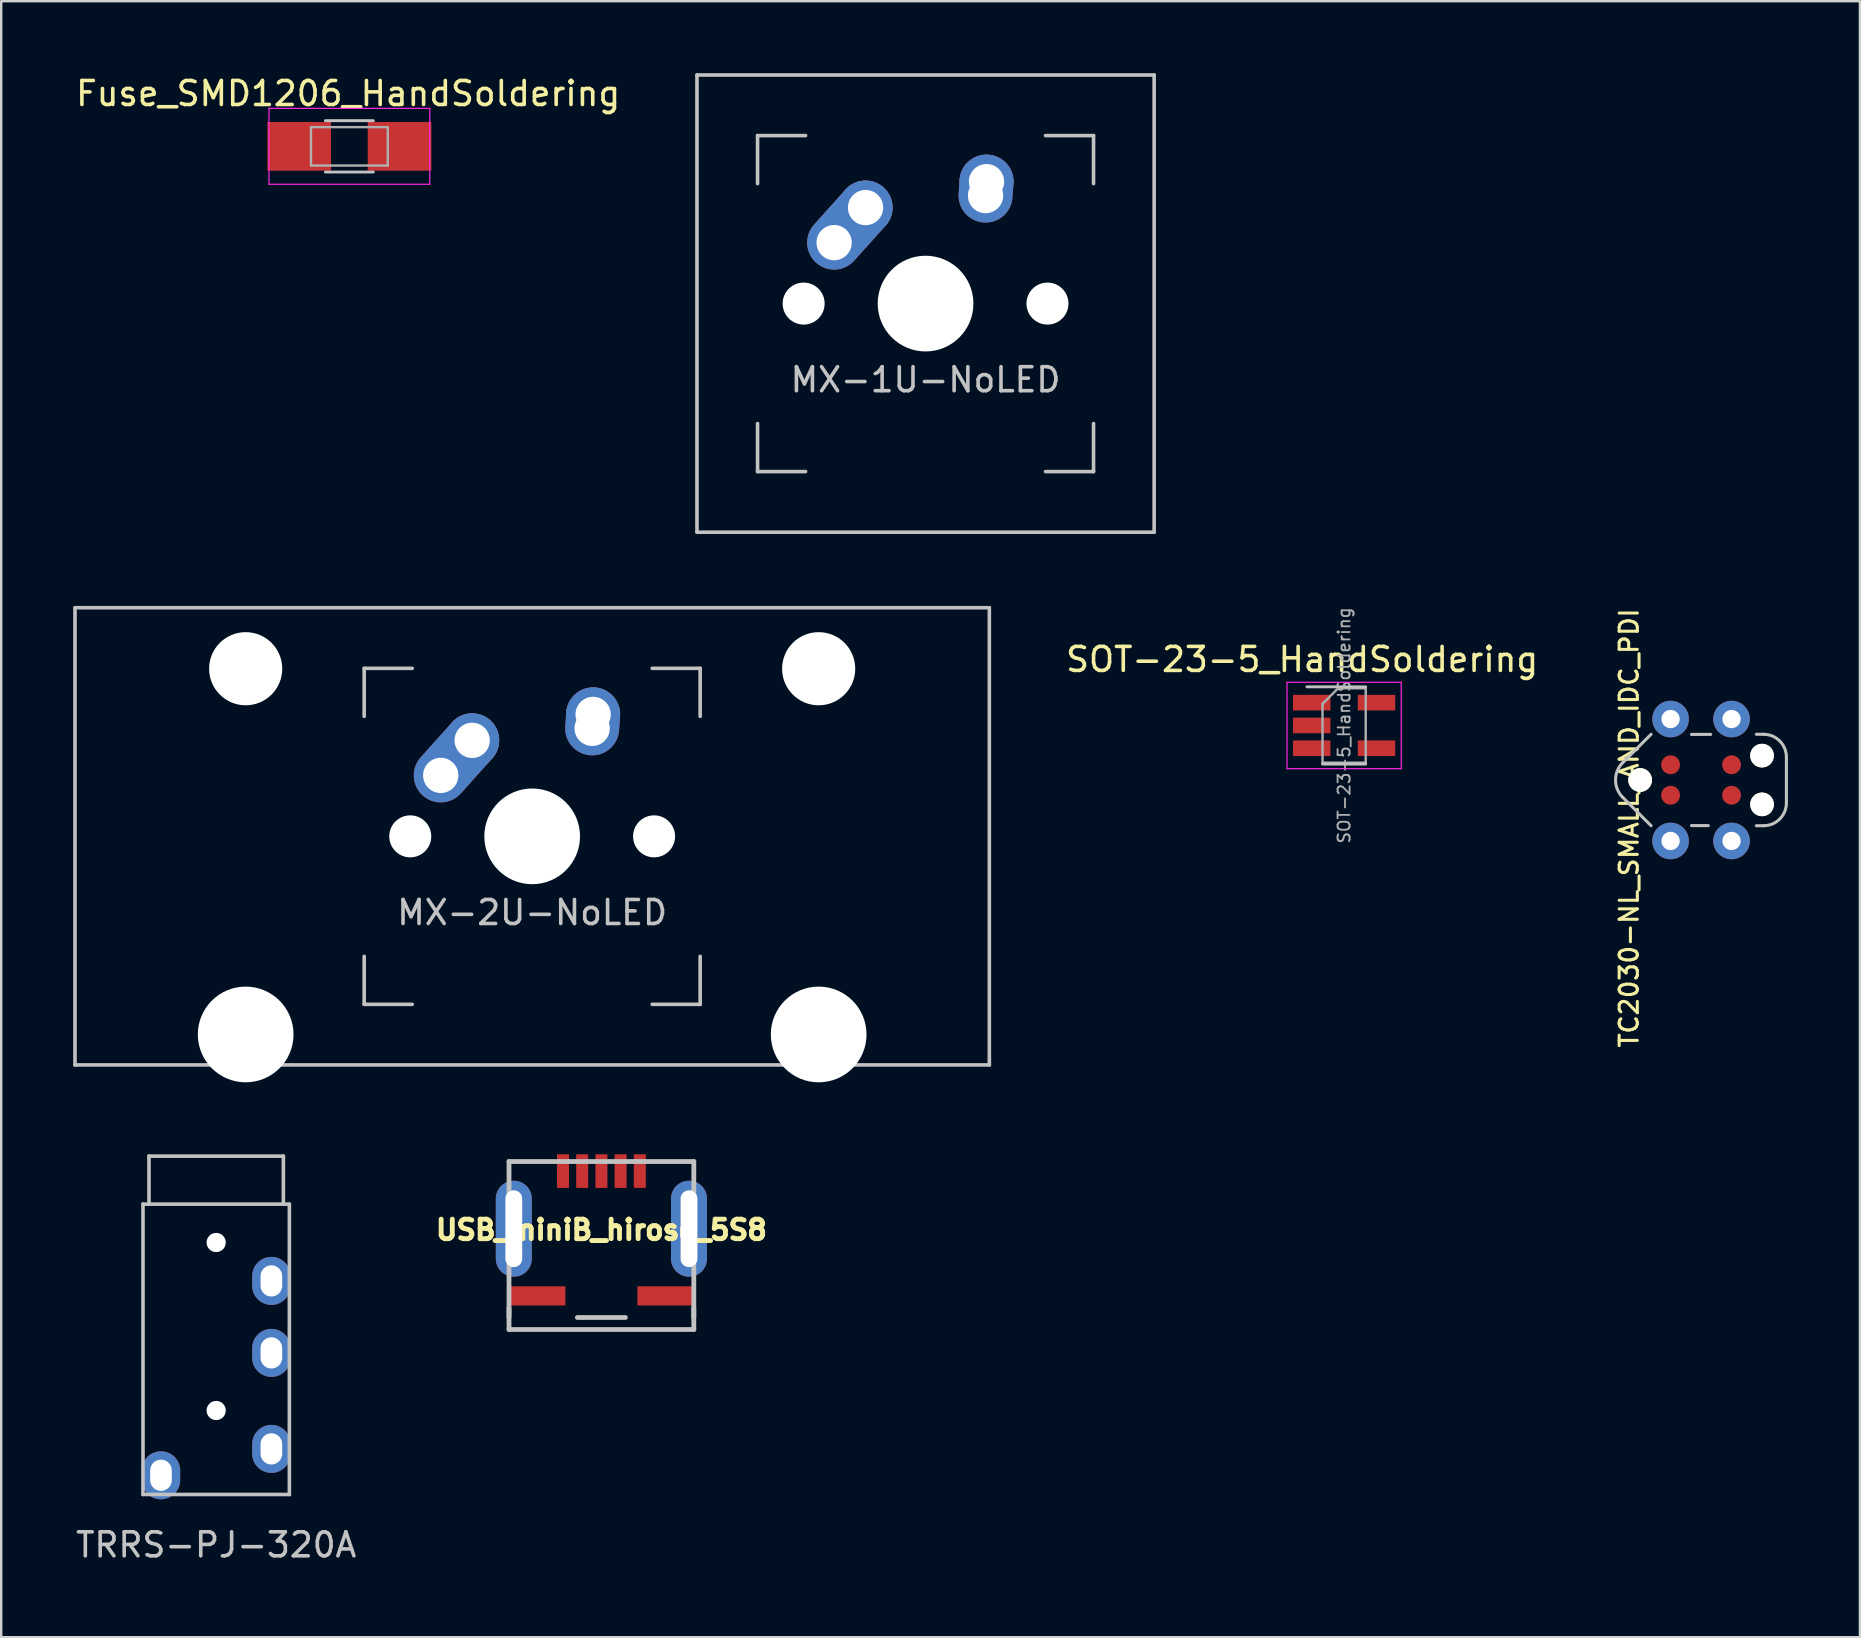
<source format=kicad_pcb>
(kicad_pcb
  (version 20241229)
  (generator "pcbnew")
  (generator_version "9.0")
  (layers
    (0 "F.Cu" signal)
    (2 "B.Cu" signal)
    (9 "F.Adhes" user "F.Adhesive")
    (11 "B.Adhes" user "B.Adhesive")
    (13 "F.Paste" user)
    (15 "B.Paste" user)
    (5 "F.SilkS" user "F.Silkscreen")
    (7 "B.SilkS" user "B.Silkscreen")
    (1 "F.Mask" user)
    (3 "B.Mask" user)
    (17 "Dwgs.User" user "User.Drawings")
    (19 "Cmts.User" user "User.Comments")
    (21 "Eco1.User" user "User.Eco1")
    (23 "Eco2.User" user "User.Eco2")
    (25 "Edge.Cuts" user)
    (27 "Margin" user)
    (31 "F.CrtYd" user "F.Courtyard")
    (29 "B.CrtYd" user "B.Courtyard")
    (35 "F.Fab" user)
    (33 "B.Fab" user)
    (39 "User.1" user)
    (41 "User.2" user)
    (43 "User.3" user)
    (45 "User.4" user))
  (footprint "USB_miniB_hirose_5S8"
    (layer "F.Cu")
    (at 22.01 45.749)
    (property "Reference" "USB_miniB_hirose_5S8" (at 0 2.45 0) (layer "F.SilkS") (effects (font (size 0.813 0.813) (thickness 0.203))))
    (attr through_hole)
    (fp_line (start -3.85 -0.4) (end -3.85 6.1) (stroke (width 0.2) (type solid)) (layer "Dwgs.User"))
    (fp_line (start -3.85 -0.4) (end 3.85 -0.4) (stroke (width 0.2) (type solid)) (layer "Dwgs.User"))
    (fp_line (start -3.85 6.6) (end -3.85 5.7) (stroke (width 0.2) (type solid)) (layer "Dwgs.User"))
    (fp_line (start -3.85 6.6) (end 3.85 6.6) (stroke (width 0.2) (type solid)) (layer "Dwgs.User"))
    (fp_line (start -1 6.1) (end 1 6.1) (stroke (width 0.2) (type solid)) (layer "Dwgs.User"))
    (fp_line (start 3.85 -0.4) (end 3.85 6.1) (stroke (width 0.2) (type solid)) (layer "Dwgs.User"))
    (fp_line (start 3.85 6.6) (end 3.85 5.7) (stroke (width 0.2) (type solid)) (layer "Dwgs.User"))
    (pad "1" smd rect (at -1.6 0) (size 0.5 1.4) (layers "F.Cu" "F.Mask" "F.Paste"))
    (pad "2" smd rect (at -0.8 0) (size 0.5 1.4) (layers "F.Cu" "F.Mask" "F.Paste"))
    (pad "3" smd rect (at 0 0) (size 0.5 1.4) (layers "F.Cu" "F.Mask" "F.Paste"))
    (pad "4" smd rect (at 0.8 0) (size 0.5 1.4) (layers "F.Cu" "F.Mask" "F.Paste"))
    (pad "5" smd rect (at 1.6 0) (size 0.5 1.4) (layers "F.Cu" "F.Mask" "F.Paste"))
    (pad "6" thru_hole oval (at -3.65 2.4) (size 1.5 4) (drill oval 0.7 3.2) (layers "*.Cu" "*.Mask" "F.Paste"))
    (pad "6" smd rect (at -2.675 5.2) (size 2.35 0.8) (layers "F.Cu" "F.Mask" "F.Paste"))
    (pad "6" smd rect (at 2.675 5.2) (size 2.35 0.8) (layers "F.Cu" "F.Mask" "F.Paste"))
    (pad "6" thru_hole oval (at 3.65 2.4) (size 1.5 4) (drill oval 0.7 3.2) (layers "*.Cu" "*.Mask" "F.Paste")))
  (footprint "MX-2U-NoLED"
    (layer "F.Cu")
    (at 19.125 31.8)
    (property "Reference" "MX-2U-NoLED" (at 0 3.175 0) (layer "Dwgs.User") (effects (font (size 1 1) (thickness 0.15))))
    (attr through_hole)
    (fp_line (start -19.05 -9.525) (end 19.05 -9.525) (stroke (width 0.15) (type solid)) (layer "Dwgs.User"))
    (fp_line (start -19.05 9.525) (end -19.05 -9.525) (stroke (width 0.15) (type solid)) (layer "Dwgs.User"))
    (fp_line (start -19.05 9.525) (end 19.05 9.525) (stroke (width 0.15) (type solid)) (layer "Dwgs.User"))
    (fp_line (start -7 -7) (end -7 -5) (stroke (width 0.15) (type solid)) (layer "Dwgs.User"))
    (fp_line (start -7 5) (end -7 7) (stroke (width 0.15) (type solid)) (layer "Dwgs.User"))
    (fp_line (start -7 7) (end -5 7) (stroke (width 0.15) (type solid)) (layer "Dwgs.User"))
    (fp_line (start -5 -7) (end -7 -7) (stroke (width 0.15) (type solid)) (layer "Dwgs.User"))
    (fp_line (start 5 -7) (end 7 -7) (stroke (width 0.15) (type solid)) (layer "Dwgs.User"))
    (fp_line (start 5 7) (end 7 7) (stroke (width 0.15) (type solid)) (layer "Dwgs.User"))
    (fp_line (start 7 -7) (end 7 -5) (stroke (width 0.15) (type solid)) (layer "Dwgs.User"))
    (fp_line (start 7 7) (end 7 5) (stroke (width 0.15) (type solid)) (layer "Dwgs.User"))
    (fp_line (start 19.05 -9.525) (end 19.05 9.525) (stroke (width 0.15) (type solid)) (layer "Dwgs.User"))
    (pad "" np_thru_hole circle (at -11.938 -6.985) (size 3.048 3.048) (drill 3.048) (layers "*.Cu" "*.Mask"))
    (pad "" np_thru_hole circle (at -11.938 8.255) (size 3.988 3.988) (drill 3.988) (layers "*.Cu" "*.Mask"))
    (pad "" np_thru_hole circle (at -5.08 0 48.1) (size 1.75 1.75) (drill 1.75) (layers "*.Cu" "*.Mask"))
    (pad "" np_thru_hole circle (at 0 0) (size 3.988 3.988) (drill 3.988) (layers "*.Cu" "*.Mask"))
    (pad "" np_thru_hole circle (at 5.08 0 48.1) (size 1.75 1.75) (drill 1.75) (layers "*.Cu" "*.Mask"))
    (pad "" np_thru_hole circle (at 11.938 -6.985) (size 3.048 3.048) (drill 3.048) (layers "*.Cu" "*.Mask"))
    (pad "" np_thru_hole circle (at 11.938 8.255) (size 3.988 3.988) (drill 3.988) (layers "*.Cu" "*.Mask"))
    (pad "1" thru_hole oval (at 2.5 -4.5 86.055) (size 2.831 2.25) (drill 1.47 (offset 0.291 0)) (layers "*.Cu" "B.Mask"))
    (pad "1" thru_hole circle (at 2.54 -5.08) (size 2.25 2.25) (drill 1.47) (layers "*.Cu" "B.Mask"))
    (pad "2" thru_hole oval (at -3.81 -2.54 48.1) (size 4.212 2.25) (drill 1.47 (offset 0.981 0)) (layers "*.Cu" "B.Mask"))
    (pad "2" thru_hole circle (at -2.5 -4) (size 2.25 2.25) (drill 1.47) (layers "*.Cu" "B.Mask")))
  (footprint "TRRS-PJ-320A"
    (layer "F.Cu")
    (at 5.958 47.124)
    (property "Reference" "TRRS-PJ-320A" (at 0 14.2 0) (layer "Dwgs.User") (effects (font (size 1 1) (thickness 0.15))))
    (attr through_hole)
    (fp_line (start -3.05 0) (end -3.05 12.1) (stroke (width 0.15) (type solid)) (layer "Dwgs.User"))
    (fp_line (start -2.8 0) (end -2.8 -2) (stroke (width 0.15) (type solid)) (layer "Dwgs.User"))
    (fp_line (start 2.8 -2) (end -2.8 -2) (stroke (width 0.15) (type solid)) (layer "Dwgs.User"))
    (fp_line (start 2.8 0) (end 2.8 -2) (stroke (width 0.15) (type solid)) (layer "Dwgs.User"))
    (fp_line (start 3.05 0) (end -3.05 0) (stroke (width 0.15) (type solid)) (layer "Dwgs.User"))
    (fp_line (start 3.05 0) (end 3.05 12.1) (stroke (width 0.15) (type solid)) (layer "Dwgs.User"))
    (fp_line (start 3.05 12.1) (end -3.05 12.1) (stroke (width 0.15) (type solid)) (layer "Dwgs.User"))
    (pad "" np_thru_hole circle (at 0 1.6) (size 0.8 0.8) (drill 0.8) (layers "*.Cu" "*.Mask"))
    (pad "" np_thru_hole circle (at 0 8.6) (size 0.8 0.8) (drill 0.8) (layers "*.Cu" "*.Mask"))
    (pad "1" thru_hole oval (at -2.3 11.3) (size 1.6 2) (drill oval 0.9 1.3) (layers "*.Cu" "*.Mask"))
    (pad "2" thru_hole oval (at 2.3 10.2) (size 1.6 2) (drill oval 0.9 1.3) (layers "*.Cu" "*.Mask"))
    (pad "3" thru_hole oval (at 2.3 6.2) (size 1.6 2) (drill oval 0.9 1.3) (layers "*.Cu" "*.Mask"))
    (pad "4" thru_hole oval (at 2.3 3.2) (size 1.6 2) (drill oval 0.9 1.3) (layers "*.Cu" "*.Mask")))
  (footprint "SOT-23-5_HandSoldering"
    (layer "F.Cu")
    (at 52.958 27.179)
    (property "Reference" "SOT-23-5_HandSoldering" (at -1.75 -2.75 0) (layer "F.SilkS") (effects (font (size 1 1) (thickness 0.15))))
    (attr smd)
    (fp_line (start -0.9 1.61) (end 0.9 1.61) (stroke (width 0.12) (type solid)) (layer "Dwgs.User"))
    (fp_line (start 0.9 -1.61) (end -1.55 -1.61) (stroke (width 0.12) (type solid)) (layer "Dwgs.User"))
    (fp_line (start -2.38 -1.8) (end -2.38 1.8) (stroke (width 0.05) (type solid)) (layer "F.CrtYd"))
    (fp_line (start -2.38 -1.8) (end 2.38 -1.8) (stroke (width 0.05) (type solid)) (layer "F.CrtYd"))
    (fp_line (start 2.38 1.8) (end -2.38 1.8) (stroke (width 0.05) (type solid)) (layer "F.CrtYd"))
    (fp_line (start 2.38 1.8) (end 2.38 -1.8) (stroke (width 0.05) (type solid)) (layer "F.CrtYd"))
    (fp_line (start -0.9 -0.9) (end -0.9 1.55) (stroke (width 0.1) (type solid)) (layer "F.Fab"))
    (fp_line (start -0.9 -0.9) (end -0.25 -1.55) (stroke (width 0.1) (type solid)) (layer "F.Fab"))
    (fp_line (start 0.9 -1.55) (end -0.25 -1.55) (stroke (width 0.1) (type solid)) (layer "F.Fab"))
    (fp_line (start 0.9 -1.55) (end 0.9 1.55) (stroke (width 0.1) (type solid)) (layer "F.Fab"))
    (fp_line (start 0.9 1.55) (end -0.9 1.55) (stroke (width 0.1) (type solid)) (layer "F.Fab"))
    (fp_text user "${REFERENCE}" (at 0 0 90) (layer "F.Fab") (effects (font (size 0.5 0.5) (thickness 0.075))))
    (pad "1" smd rect (at -1.35 -0.95) (size 1.56 0.65) (layers "F.Cu" "F.Mask" "F.Paste"))
    (pad "2" smd rect (at -1.35 0) (size 1.56 0.65) (layers "F.Cu" "F.Mask" "F.Paste"))
    (pad "3" smd rect (at -1.35 0.95) (size 1.56 0.65) (layers "F.Cu" "F.Mask" "F.Paste"))
    (pad "4" smd rect (at 1.35 0.95) (size 1.56 0.65) (layers "F.Cu" "F.Mask" "F.Paste"))
    (pad "5" smd rect (at 1.35 -0.95) (size 1.56 0.65) (layers "F.Cu" "F.Mask" "F.Paste")))
  (footprint "MX-1U-NoLED"
    (layer "F.Cu")
    (at 35.517 9.6)
    (property "Reference" "MX-1U-NoLED" (at 0 3.175 0) (layer "Dwgs.User") (effects (font (size 1 1) (thickness 0.15))))
    (attr through_hole)
    (fp_line (start -9.525 -9.525) (end 9.525 -9.525) (stroke (width 0.15) (type solid)) (layer "Dwgs.User"))
    (fp_line (start -9.525 9.525) (end -9.525 -9.525) (stroke (width 0.15) (type solid)) (layer "Dwgs.User"))
    (fp_line (start -7 -7) (end -7 -5) (stroke (width 0.15) (type solid)) (layer "Dwgs.User"))
    (fp_line (start -7 5) (end -7 7) (stroke (width 0.15) (type solid)) (layer "Dwgs.User"))
    (fp_line (start -7 7) (end -5 7) (stroke (width 0.15) (type solid)) (layer "Dwgs.User"))
    (fp_line (start -5 -7) (end -7 -7) (stroke (width 0.15) (type solid)) (layer "Dwgs.User"))
    (fp_line (start 5 -7) (end 7 -7) (stroke (width 0.15) (type solid)) (layer "Dwgs.User"))
    (fp_line (start 5 7) (end 7 7) (stroke (width 0.15) (type solid)) (layer "Dwgs.User"))
    (fp_line (start 7 -7) (end 7 -5) (stroke (width 0.15) (type solid)) (layer "Dwgs.User"))
    (fp_line (start 7 7) (end 7 5) (stroke (width 0.15) (type solid)) (layer "Dwgs.User"))
    (fp_line (start 9.525 -9.525) (end 9.525 9.525) (stroke (width 0.15) (type solid)) (layer "Dwgs.User"))
    (fp_line (start 9.525 9.525) (end -9.525 9.525) (stroke (width 0.15) (type solid)) (layer "Dwgs.User"))
    (pad "" np_thru_hole circle (at -5.08 0 48.1) (size 1.75 1.75) (drill 1.75) (layers "*.Cu" "*.Mask"))
    (pad "" np_thru_hole circle (at 0 0) (size 3.988 3.988) (drill 3.988) (layers "*.Cu" "*.Mask"))
    (pad "" np_thru_hole circle (at 5.08 0 48.1) (size 1.75 1.75) (drill 1.75) (layers "*.Cu" "*.Mask"))
    (pad "1" thru_hole oval (at -3.81 -2.54 48.1) (size 4.212 2.25) (drill 1.47 (offset 0.981 0)) (layers "*.Cu" "B.Mask"))
    (pad "1" thru_hole circle (at -2.5 -4) (size 2.25 2.25) (drill 1.47) (layers "*.Cu" "B.Mask"))
    (pad "2" thru_hole oval (at 2.5 -4.5 86.055) (size 2.831 2.25) (drill 1.47 (offset 0.291 0)) (layers "*.Cu" "B.Mask"))
    (pad "2" thru_hole circle (at 2.54 -5.08) (size 2.25 2.25) (drill 1.47) (layers "*.Cu" "B.Mask")))
  (footprint "TC2030-NL_SMALL_AND_IDC_PDI"
    (layer "F.Cu")
    (at 67.832 29.452)
    (property "Reference" "TC2030-NL_SMALL_AND_IDC_PDI" (at -3 2 270) (layer "F.SilkS") (effects (font (size 0.757 0.757) (thickness 0.127))))
    (attr exclude_from_pos_files exclude_from_bom)
    (fp_line (start -3.264 -0.724) (end -2.083 -1.905) (stroke (width 0.127) (type solid)) (layer "Dwgs.User"))
    (fp_line (start -3.264 0.724) (end -2.083 1.905) (stroke (width 0.127) (type solid)) (layer "Dwgs.User"))
    (fp_line (start 0.3 1.9) (end -0.4 1.9) (stroke (width 0.127) (type solid)) (layer "Dwgs.User"))
    (fp_line (start 0.4 -1.9) (end -0.4 -1.9) (stroke (width 0.127) (type solid)) (layer "Dwgs.User"))
    (fp_line (start 2.603 -1.905) (end 2.304 -1.905) (stroke (width 0.127) (type solid)) (layer "Dwgs.User"))
    (fp_line (start 2.603 1.905) (end 2.304 1.905) (stroke (width 0.127) (type solid)) (layer "Dwgs.User"))
    (fp_line (start 3.556 -0.953) (end 3.556 0.953) (stroke (width 0.127) (type solid)) (layer "Dwgs.User"))
    (fp_arc (start -3.2639 0.7239) (mid -3.563749 0) (end -3.2639 -0.7239) (stroke (width 0.127) (type solid)) (layer "Dwgs.User"))
    (fp_arc (start 2.6035 -1.905) (mid 3.277019 -1.626019) (end 3.556 -0.9525) (stroke (width 0.127) (type solid)) (layer "Dwgs.User"))
    (fp_arc (start 3.556 0.9525) (mid 3.277019 1.626019) (end 2.6035 1.905) (stroke (width 0.127) (type solid)) (layer "Dwgs.User"))
    (pad "" np_thru_hole circle (at -2.54 0) (size 0.988 0.988) (drill 0.988) (layers "*.Cu" "*.Mask" "F.SilkS"))
    (pad "" np_thru_hole circle (at 2.54 -1.016) (size 0.986 0.986) (drill 0.986) (layers "*.Cu" "*.Mask" "F.SilkS"))
    (pad "" np_thru_hole circle (at 2.54 1.016) (size 0.986 0.986) (drill 0.986) (layers "*.Cu" "*.Mask" "F.SilkS"))
    (pad "1" connect circle (at -1.27 0.635) (size 0.785 0.785) (layers "F.Cu" "F.Mask"))
    (pad "1" thru_hole circle (at 1.27 2.54 90) (size 1.524 1.524) (drill 0.762) (layers "*.Cu" "*.Mask"))
    (pad "2" connect circle (at -1.27 -0.635) (size 0.785 0.785) (layers "F.Cu" "F.Mask"))
    (pad "2" thru_hole circle (at -1.27 2.54 90) (size 1.524 1.524) (drill 0.762) (layers "*.Cu" "*.Mask"))
    (pad "5" thru_hole circle (at 1.27 -2.54 90) (size 1.524 1.524) (drill 0.762) (layers "*.Cu" "*.Mask"))
    (pad "5" connect circle (at 1.27 0.635) (size 0.785 0.785) (layers "F.Cu" "F.Mask"))
    (pad "6" thru_hole circle (at -1.27 -2.54 90) (size 1.524 1.524) (drill 0.762) (layers "*.Cu" "*.Mask"))
    (pad "6" connect circle (at 1.27 -0.635) (size 0.785 0.785) (layers "F.Cu" "F.Mask")))
  (footprint "Fuse_SMD1206_HandSoldering"
    (layer "F.Cu")
    (at 11.508 3.048)
    (property "Reference" "Fuse_SMD1206_HandSoldering" (at -0.05 -2.2 0) (layer "F.SilkS") (effects (font (size 1 1) (thickness 0.15))))
    (attr smd)
    (fp_line (start -1 -1.07) (end 1 -1.07) (stroke (width 0.12) (type solid)) (layer "Dwgs.User"))
    (fp_line (start 1 1.07) (end -1 1.07) (stroke (width 0.12) (type solid)) (layer "Dwgs.User"))
    (fp_line (start -3.35 -1.58) (end -3.35 1.58) (stroke (width 0.05) (type solid)) (layer "F.CrtYd"))
    (fp_line (start -3.35 -1.58) (end 3.35 -1.58) (stroke (width 0.05) (type solid)) (layer "F.CrtYd"))
    (fp_line (start 3.35 1.58) (end -3.35 1.58) (stroke (width 0.05) (type solid)) (layer "F.CrtYd"))
    (fp_line (start 3.35 1.58) (end 3.35 -1.58) (stroke (width 0.05) (type solid)) (layer "F.CrtYd"))
    (fp_line (start -1.6 -0.8) (end 1.6 -0.8) (stroke (width 0.1) (type solid)) (layer "F.Fab"))
    (fp_line (start -1.6 0.8) (end -1.6 -0.8) (stroke (width 0.1) (type solid)) (layer "F.Fab"))
    (fp_line (start 1.6 -0.8) (end 1.6 0.8) (stroke (width 0.1) (type solid)) (layer "F.Fab"))
    (fp_line (start 1.6 0.8) (end -1.6 0.8) (stroke (width 0.1) (type solid)) (layer "F.Fab"))
    (pad "1" smd rect (at -2.09 0 90) (size 2.03 2.65) (layers "F.Cu" "F.Mask" "F.Paste"))
    (pad "2" smd rect (at 2.09 0 90) (size 2.03 2.65) (layers "F.Cu" "F.Mask" "F.Paste")))
  (gr_rect
    (start -3 -3)
    (end 74.452 65.172)
    (stroke (width 0.1) (type default))
    (fill no)
    (layer "Edge.Cuts")))
</source>
